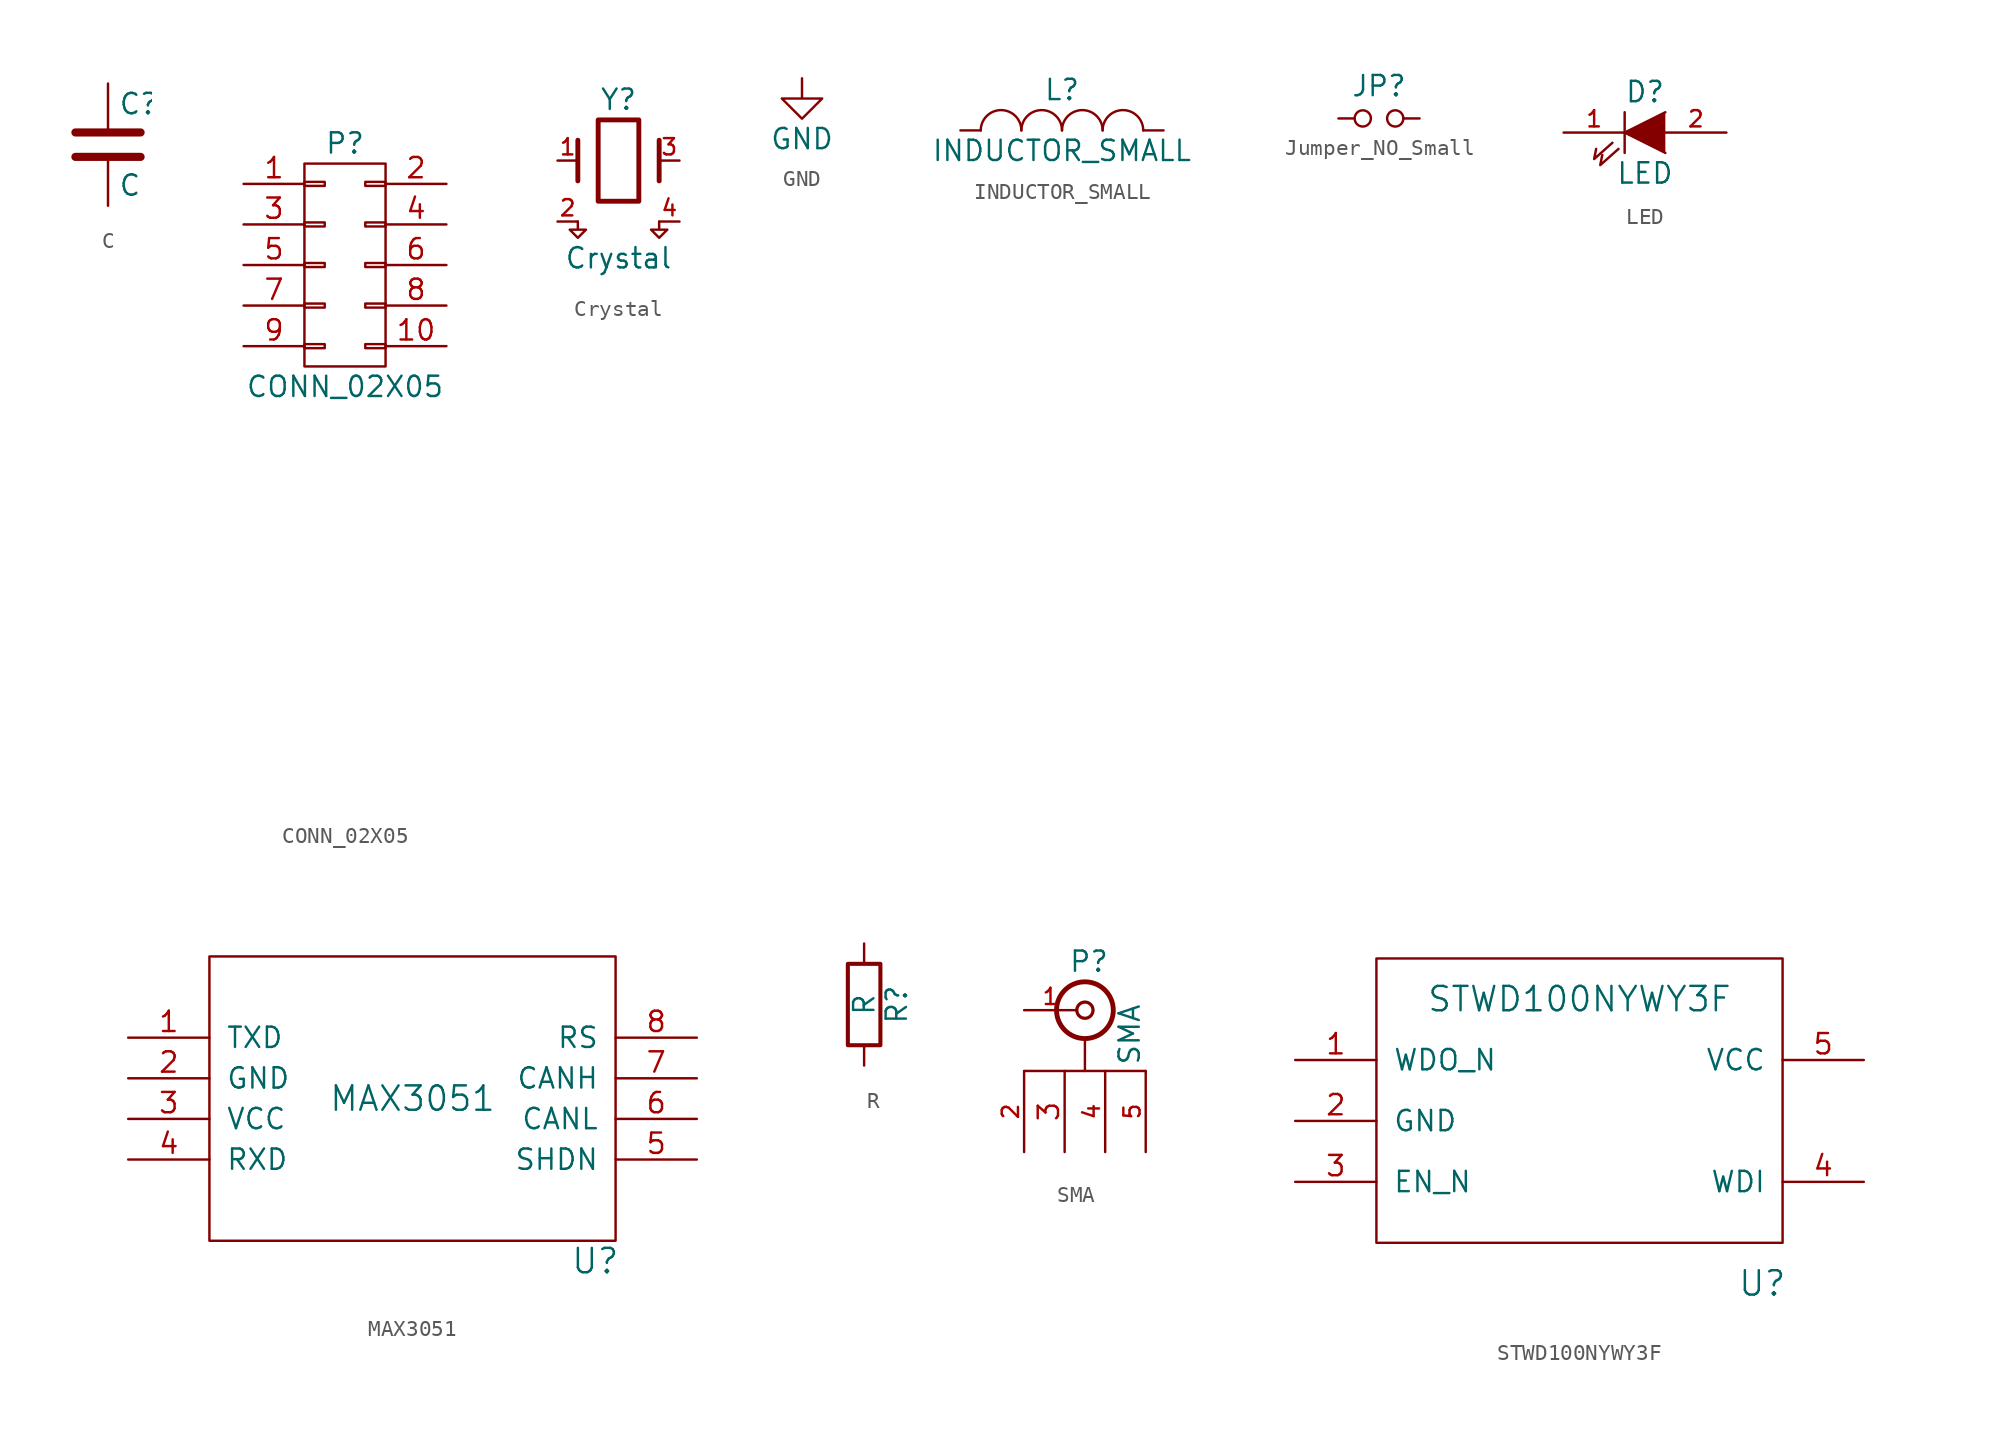
<source format=kicad_sym>
(kicad_symbol_lib
  (version 20220914)
  (generator kicad_symbol_editor)
  (symbol "C"
    (pin_numbers hide)
    (pin_names
      (offset 0.254))
    (property "Reference" "C"
      (at 0.635 2.54 0)
      (effects (font (size 1.27 1.27)) (justify left)))
    (property "Value" "C"
      (at 0.635 -2.54 0)
      (effects (font (size 1.27 1.27)) (justify left)))
    (property "Footprint" ""
      (at 0.965 -3.81 0)
      (effects (font (size 0.762 0.762))))
    (property "Datasheet" ""
      (at 0 0 0)
      (effects (font (size 1.524 1.524))))
    (symbol "C_0_1"
      (polyline (pts (xy -2.032 -0.762) (xy 2.032 -0.762)) (stroke (width 0.508) (type solid)) (fill (type none)))
      (polyline (pts (xy -2.032 0.762) (xy 2.032 0.762)) (stroke (width 0.508) (type solid)) (fill (type none))))
    (symbol "C_1_1"
      (pin passive line (at 0 3.81 270) (length 2.794) (name "~" (effects (font (size 1.016 1.016)))) (number "1" (effects (font (size 1.016 1.016)))))
      (pin passive line (at 0 -3.81 90) (length 2.794) (name "~" (effects (font (size 1.016 1.016)))) (number "2" (effects (font (size 1.016 1.016)))))))
  (symbol "CONN_02X05"
    (pin_names
      (offset 0.025) hide)
    (property "Reference" "P"
      (at 0 7.62 0)
      (effects (font (size 1.27 1.27))))
    (property "Value" "CONN_02X05"
      (at 0 -7.62 0)
      (effects (font (size 1.27 1.27))))
    (property "Footprint" ""
      (at 0 -30.48 0)
      (effects (font (size 1.524 1.524))))
    (property "Datasheet" ""
      (at 0 -30.48 0)
      (effects (font (size 1.524 1.524))))
    (symbol "CONN_02X05_0_1"
      (rectangle (start -2.54 -4.953) (end -1.27 -5.207) (stroke (width 0) (type solid)) (fill (type none)))
      (rectangle (start -2.54 -2.413) (end -1.27 -2.667) (stroke (width 0) (type solid)) (fill (type none)))
      (rectangle (start -2.54 0.127) (end -1.27 -0.127) (stroke (width 0) (type solid)) (fill (type none)))
      (rectangle (start -2.54 2.667) (end -1.27 2.413) (stroke (width 0) (type solid)) (fill (type none)))
      (rectangle (start -2.54 5.207) (end -1.27 4.953) (stroke (width 0) (type solid)) (fill (type none)))
      (rectangle (start -2.54 6.35) (end 2.54 -6.35) (stroke (width 0) (type solid)) (fill (type none)))
      (rectangle (start 1.27 -4.953) (end 2.54 -5.207) (stroke (width 0) (type solid)) (fill (type none)))
      (rectangle (start 1.27 -2.413) (end 2.54 -2.667) (stroke (width 0) (type solid)) (fill (type none)))
      (rectangle (start 1.27 0.127) (end 2.54 -0.127) (stroke (width 0) (type solid)) (fill (type none)))
      (rectangle (start 1.27 2.667) (end 2.54 2.413) (stroke (width 0) (type solid)) (fill (type none)))
      (rectangle (start 1.27 5.207) (end 2.54 4.953) (stroke (width 0) (type solid)) (fill (type none))))
    (symbol "CONN_02X05_1_1"
      (pin passive line (at -6.35 5.08 0) (length 3.81) (name "P1" (effects (font (size 1.27 1.27)))) (number "1" (effects (font (size 1.27 1.27)))))
      (pin passive line (at 6.35 -5.08 180) (length 3.81) (name "P10" (effects (font (size 1.27 1.27)))) (number "10" (effects (font (size 1.27 1.27)))))
      (pin passive line (at 6.35 5.08 180) (length 3.81) (name "P2" (effects (font (size 1.27 1.27)))) (number "2" (effects (font (size 1.27 1.27)))))
      (pin passive line (at -6.35 2.54 0) (length 3.81) (name "P3" (effects (font (size 1.27 1.27)))) (number "3" (effects (font (size 1.27 1.27)))))
      (pin passive line (at 6.35 2.54 180) (length 3.81) (name "P4" (effects (font (size 1.27 1.27)))) (number "4" (effects (font (size 1.27 1.27)))))
      (pin passive line (at -6.35 0 0) (length 3.81) (name "P5" (effects (font (size 1.27 1.27)))) (number "5" (effects (font (size 1.27 1.27)))))
      (pin passive line (at 6.35 0 180) (length 3.81) (name "P6" (effects (font (size 1.27 1.27)))) (number "6" (effects (font (size 1.27 1.27)))))
      (pin passive line (at -6.35 -2.54 0) (length 3.81) (name "P7" (effects (font (size 1.27 1.27)))) (number "7" (effects (font (size 1.27 1.27)))))
      (pin passive line (at 6.35 -2.54 180) (length 3.81) (name "P8" (effects (font (size 1.27 1.27)))) (number "8" (effects (font (size 1.27 1.27)))))
      (pin passive line (at -6.35 -5.08 0) (length 3.81) (name "P9" (effects (font (size 1.27 1.27)))) (number "9" (effects (font (size 1.27 1.27)))))))
  (symbol "Crystal"
    (pin_names
      (offset 0.025) hide)
    (property "Reference" "Y"
      (at 0 3.81 0)
      (effects (font (size 1.27 1.27))))
    (property "Value" "Crystal"
      (at 0 -6.096 0)
      (effects (font (size 1.27 1.27))))
    (property "Footprint" ""
      (at 0 0 0)
      (effects (font (size 1.27 1.27))))
    (property "Datasheet" ""
      (at 0 0 0)
      (effects (font (size 1.27 1.27))))
    (symbol "Crystal_0_1"
      (rectangle (start -1.27 2.54) (end 1.27 -2.54) (stroke (width 0.305) (type solid)) (fill (type none)))
      (polyline (pts (xy -2.54 -1.27) (xy -2.54 1.27)) (stroke (width 0.305) (type solid)) (fill (type none)))
      (polyline (pts (xy 2.54 -1.27) (xy 2.54 1.27)) (stroke (width 0.305) (type solid)) (fill (type none)))
      (polyline (pts (xy -2.54 -3.81) (xy -2.54 -4.318) (xy -3.048 -4.318) (xy -2.54 -4.826) (xy -2.032 -4.318) (xy -2.54 -4.318)) (stroke (width 0) (type solid)) (fill (type none)))
      (polyline (pts (xy 2.54 -3.81) (xy 2.54 -4.318) (xy 2.032 -4.318) (xy 2.54 -4.826) (xy 3.048 -4.318) (xy 2.54 -4.318)) (stroke (width 0) (type solid)) (fill (type none))))
    (symbol "Crystal_1_1"
      (pin passive line (at -3.81 0 0) (length 1.27) (name "1" (effects (font (size 1.016 1.016)))) (number "1" (effects (font (size 1.016 1.016)))))
      (pin passive line (at -3.81 -3.81 0) (length 1.27) (name "2" (effects (font (size 1.016 1.016)))) (number "2" (effects (font (size 1.016 1.016)))))
      (pin passive line (at 3.81 0 180) (length 1.27) (name "3" (effects (font (size 1.016 1.016)))) (number "3" (effects (font (size 1.016 1.016)))))
      (pin passive line (at 3.81 -3.81 180) (length 1.27) (name "4" (effects (font (size 1.016 1.016)))) (number "4" (effects (font (size 1.016 1.016)))))))
  (symbol "GND"
    (power)
    (pin_names
      (offset 0))
    (property "Reference" "#PWR"
      (at 0 -6.35 0)
      (effects (font (size 1.27 1.27)) hide))
    (property "Value" "GND"
      (at 0 -3.81 0)
      (effects (font (size 1.27 1.27))))
    (property "Footprint" ""
      (at 0 0 0)
      (effects (font (size 1.524 1.524))))
    (property "Datasheet" ""
      (at 0 0 0)
      (effects (font (size 1.524 1.524))))
    (symbol "GND_0_1"
      (polyline (pts (xy 0 0) (xy 0 -1.27) (xy 1.27 -1.27) (xy 0 -2.54) (xy -1.27 -1.27) (xy 0 -1.27)) (stroke (width 0) (type solid)) (fill (type none))))
    (symbol "GND_1_1"
      (pin power_in line (at 0 0 270) (length 0) hide (name "GND" (effects (font (size 1.27 1.27)))) (number "1" (effects (font (size 1.27 1.27)))))))
  (symbol "INDUCTOR_SMALL"
    (pin_numbers hide)
    (pin_names
      (offset 0) hide)
    (property "Reference" "L"
      (at 0 2.54 0)
      (effects (font (size 1.27 1.27))))
    (property "Value" "INDUCTOR_SMALL"
      (at 0 -1.27 0)
      (effects (font (size 1.27 1.27))))
    (property "Footprint" ""
      (at 0 0 0)
      (effects (font (size 1.27 1.27))))
    (property "Datasheet" ""
      (at 0 0 0)
      (effects (font (size 1.27 1.27))))
    (symbol "INDUCTOR_SMALL_0_1"
      (arc (start -2.54 0) (mid -3.81 1.2645) (end -5.08 0) (stroke (width 0) (type solid)) (fill (type none)))
      (arc (start 0 0) (mid -1.27 1.2645) (end -2.54 0) (stroke (width 0) (type solid)) (fill (type none)))
      (arc (start 2.54 0) (mid 1.27 1.2645) (end 0 0) (stroke (width 0) (type solid)) (fill (type none)))
      (arc (start 5.08 0) (mid 3.81 1.2645) (end 2.54 0) (stroke (width 0) (type solid)) (fill (type none))))
    (symbol "INDUCTOR_SMALL_1_1"
      (pin input line (at -6.35 0 0) (length 1.27) (name "1" (effects (font (size 0.762 0.762)))) (number "1" (effects (font (size 0.762 0.762)))))
      (pin input line (at 6.35 0 180) (length 1.27) (name "2" (effects (font (size 0.762 0.762)))) (number "2" (effects (font (size 0.762 0.762)))))))
  (symbol "Jumper_NO_Small"
    (pin_numbers hide)
    (pin_names
      (offset 0.762) hide)
    (property "Reference" "JP"
      (at 0 2.032 0)
      (effects (font (size 1.27 1.27))))
    (property "Footprint" ""
      (at 0 0 0)
      (effects (font (size 1.524 1.524))))
    (property "Datasheet" ""
      (at 0 0 0)
      (effects (font (size 1.524 1.524))))
    (symbol "Jumper_NO_Small_0_1"
      (circle (center -1.016 0) (radius 0.508) (stroke (width 0) (type solid)) (fill (type none)))
      (circle (center 1.016 0) (radius 0.508) (stroke (width 0) (type solid)) (fill (type none)))
      (pin passive line (at -2.54 0 0) (length 1.016) (name "1" (effects (font (size 1.524 1.524)))) (number "1" (effects (font (size 1.524 1.524)))))
      (pin passive line (at 2.54 0 180) (length 1.016) (name "2" (effects (font (size 1.524 1.524)))) (number "2" (effects (font (size 1.524 1.524)))))))
  (symbol "LED"
    (pin_names
      (offset 1.016) hide)
    (property "Reference" "D"
      (at 0 2.54 0)
      (effects (font (size 1.27 1.27))))
    (property "Value" "LED"
      (at 0 -2.54 0)
      (effects (font (size 1.27 1.27))))
    (property "Footprint" ""
      (at 0 0 0)
      (effects (font (size 1.524 1.524))))
    (property "Datasheet" ""
      (at 0 0 0)
      (effects (font (size 1.524 1.524))))
    (symbol "LED_0_1"
      (polyline (pts (xy -1.27 1.27) (xy -1.27 -1.27)) (stroke (width 0) (type solid)) (fill (type none)))
      (polyline (pts (xy -2.032 -0.635) (xy -3.175 -1.651) (xy -3.048 -1.016)) (stroke (width 0) (type solid)) (fill (type none)))
      (polyline (pts (xy -1.651 -1.016) (xy -2.794 -2.032) (xy -2.667 -1.397)) (stroke (width 0) (type solid)) (fill (type none)))
      (polyline (pts (xy 1.27 1.27) (xy -1.27 0) (xy 1.27 -1.27)) (stroke (width 0) (type solid)) (fill (type outline))))
    (symbol "LED_1_1"
      (pin passive line (at -5.08 0 0) (length 3.81) (name "K" (effects (font (size 1.016 1.016)))) (number "1" (effects (font (size 1.016 1.016)))))
      (pin passive line (at 5.08 0 180) (length 3.81) (name "A" (effects (font (size 1.016 1.016)))) (number "2" (effects (font (size 1.016 1.016)))))))
  (symbol "MAX3051"
    (pin_names
      (offset 1.016))
    (property "Reference" "U"
      (at 11.43 -10.16 0)
      (effects (font (size 1.524 1.524))))
    (property "Value" "MAX3051"
      (at 0 0 0)
      (effects (font (size 1.524 1.524))))
    (symbol "MAX3051_0_1"
      (rectangle (start -12.7 8.89) (end 12.7 -8.89) (stroke (width 0) (type solid)) (fill (type none))))
    (symbol "MAX3051_1_1"
      (pin input line (at -17.78 3.81 0) (length 5.08) (name "TXD" (effects (font (size 1.27 1.27)))) (number "1" (effects (font (size 1.27 1.27)))))
      (pin input line (at -17.78 1.27 0) (length 5.08) (name "GND" (effects (font (size 1.27 1.27)))) (number "2" (effects (font (size 1.27 1.27)))))
      (pin input line (at -17.78 -1.27 0) (length 5.08) (name "VCC" (effects (font (size 1.27 1.27)))) (number "3" (effects (font (size 1.27 1.27)))))
      (pin output line (at -17.78 -3.81 0) (length 5.08) (name "RXD" (effects (font (size 1.27 1.27)))) (number "4" (effects (font (size 1.27 1.27)))))
      (pin input line (at 17.78 -3.81 180) (length 5.08) (name "SHDN" (effects (font (size 1.27 1.27)))) (number "5" (effects (font (size 1.27 1.27)))))
      (pin bidirectional line (at 17.78 -1.27 180) (length 5.08) (name "CANL" (effects (font (size 1.27 1.27)))) (number "6" (effects (font (size 1.27 1.27)))))
      (pin bidirectional line (at 17.78 1.27 180) (length 5.08) (name "CANH" (effects (font (size 1.27 1.27)))) (number "7" (effects (font (size 1.27 1.27)))))
      (pin input line (at 17.78 3.81 180) (length 5.08) (name "RS" (effects (font (size 1.27 1.27)))) (number "8" (effects (font (size 1.27 1.27)))))))
  (symbol "R"
    (pin_numbers hide)
    (pin_names
      (offset 0))
    (property "Reference" "R"
      (at 2.032 0 90)
      (effects (font (size 1.27 1.27))))
    (property "Value" "R"
      (at 0 0 90)
      (effects (font (size 1.27 1.27))))
    (property "Footprint" ""
      (at -1.778 0 90)
      (effects (font (size 0.762 0.762))))
    (property "Datasheet" ""
      (at 0 0 0)
      (effects (font (size 0.762 0.762))))
    (symbol "R_0_1"
      (rectangle (start -1.016 -2.54) (end 1.016 2.54) (stroke (width 0.254) (type solid)) (fill (type none))))
    (symbol "R_1_1"
      (pin passive line (at 0 3.81 270) (length 1.27) (name "~" (effects (font (size 1.524 1.524)))) (number "1" (effects (font (size 1.524 1.524)))))
      (pin passive line (at 0 -3.81 90) (length 1.27) (name "~" (effects (font (size 1.524 1.524)))) (number "2" (effects (font (size 1.524 1.524)))))))
  (symbol "SMA"
    (pin_names
      (offset 1.016) hide)
    (property "Reference" "P"
      (at 0.254 3.048 0)
      (effects (font (size 1.27 1.27))))
    (property "Value" "SMA"
      (at 2.794 -1.524 90)
      (effects (font (size 1.27 1.27))))
    (property "Footprint" ""
      (at 0 0 0)
      (effects (font (size 1.27 1.27))))
    (property "Datasheet" ""
      (at 0 0 0)
      (effects (font (size 1.27 1.27))))
    (symbol "SMA_0_1"
      (polyline (pts (xy -3.81 -3.81) (xy 3.81 -3.81)) (stroke (width 0) (type solid)) (fill (type none)))
      (polyline (pts (xy 0 -3.81) (xy 0 -1.778)) (stroke (width 0) (type solid)) (fill (type none)))
      (circle (center 0 0) (radius 0.508) (stroke (width 0.203) (type solid)) (fill (type none)))
      (circle (center 0 0) (radius 1.778) (stroke (width 0.305) (type solid)) (fill (type none))))
    (symbol "SMA_1_1"
      (pin passive line (at -3.81 0 0) (length 3.302) (name "In" (effects (font (size 1.016 1.016)))) (number "1" (effects (font (size 1.016 1.016)))))
      (pin passive line (at -3.81 -8.89 90) (length 5.08) (name "Body" (effects (font (size 1.016 1.016)))) (number "2" (effects (font (size 1.016 1.016)))))
      (pin input line (at -1.27 -8.89 90) (length 5.08) (name "3" (effects (font (size 1.27 1.27)))) (number "3" (effects (font (size 1.27 1.27)))))
      (pin passive line (at 1.27 -8.89 90) (length 5.08) (name "4" (effects (font (size 1.016 1.016)))) (number "4" (effects (font (size 1.016 1.016)))))
      (pin passive line (at 3.81 -8.89 90) (length 5.08) (name "5" (effects (font (size 1.016 1.016)))) (number "5" (effects (font (size 1.016 1.016)))))))
  (symbol "STWD100NYWY3F"
    (pin_names
      (offset 1.016))
    (property "Reference" "U"
      (at 11.43 -10.16 0)
      (effects (font (size 1.524 1.524))))
    (property "Value" "STWD100NYWY3F"
      (at 0 7.62 0)
      (effects (font (size 1.524 1.524))))
    (symbol "STWD100NYWY3F_0_1"
      (rectangle (start -12.7 10.16) (end 12.7 -7.62) (stroke (width 0) (type solid)) (fill (type none))))
    (symbol "STWD100NYWY3F_1_1"
      (pin open_collector line (at -17.78 3.81 0) (length 5.08) (name "WDO_N" (effects (font (size 1.27 1.27)))) (number "1" (effects (font (size 1.27 1.27)))))
      (pin power_in line (at -17.78 0 0) (length 5.08) (name "GND" (effects (font (size 1.27 1.27)))) (number "2" (effects (font (size 1.27 1.27)))))
      (pin input line (at -17.78 -3.81 0) (length 5.08) (name "EN_N" (effects (font (size 1.27 1.27)))) (number "3" (effects (font (size 1.27 1.27)))))
      (pin input line (at 17.78 -3.81 180) (length 5.08) (name "WDI" (effects (font (size 1.27 1.27)))) (number "4" (effects (font (size 1.27 1.27)))))
      (pin power_in line (at 17.78 3.81 180) (length 5.08) (name "VCC" (effects (font (size 1.27 1.27)))) (number "5" (effects (font (size 1.27 1.27))))))))
</source>
